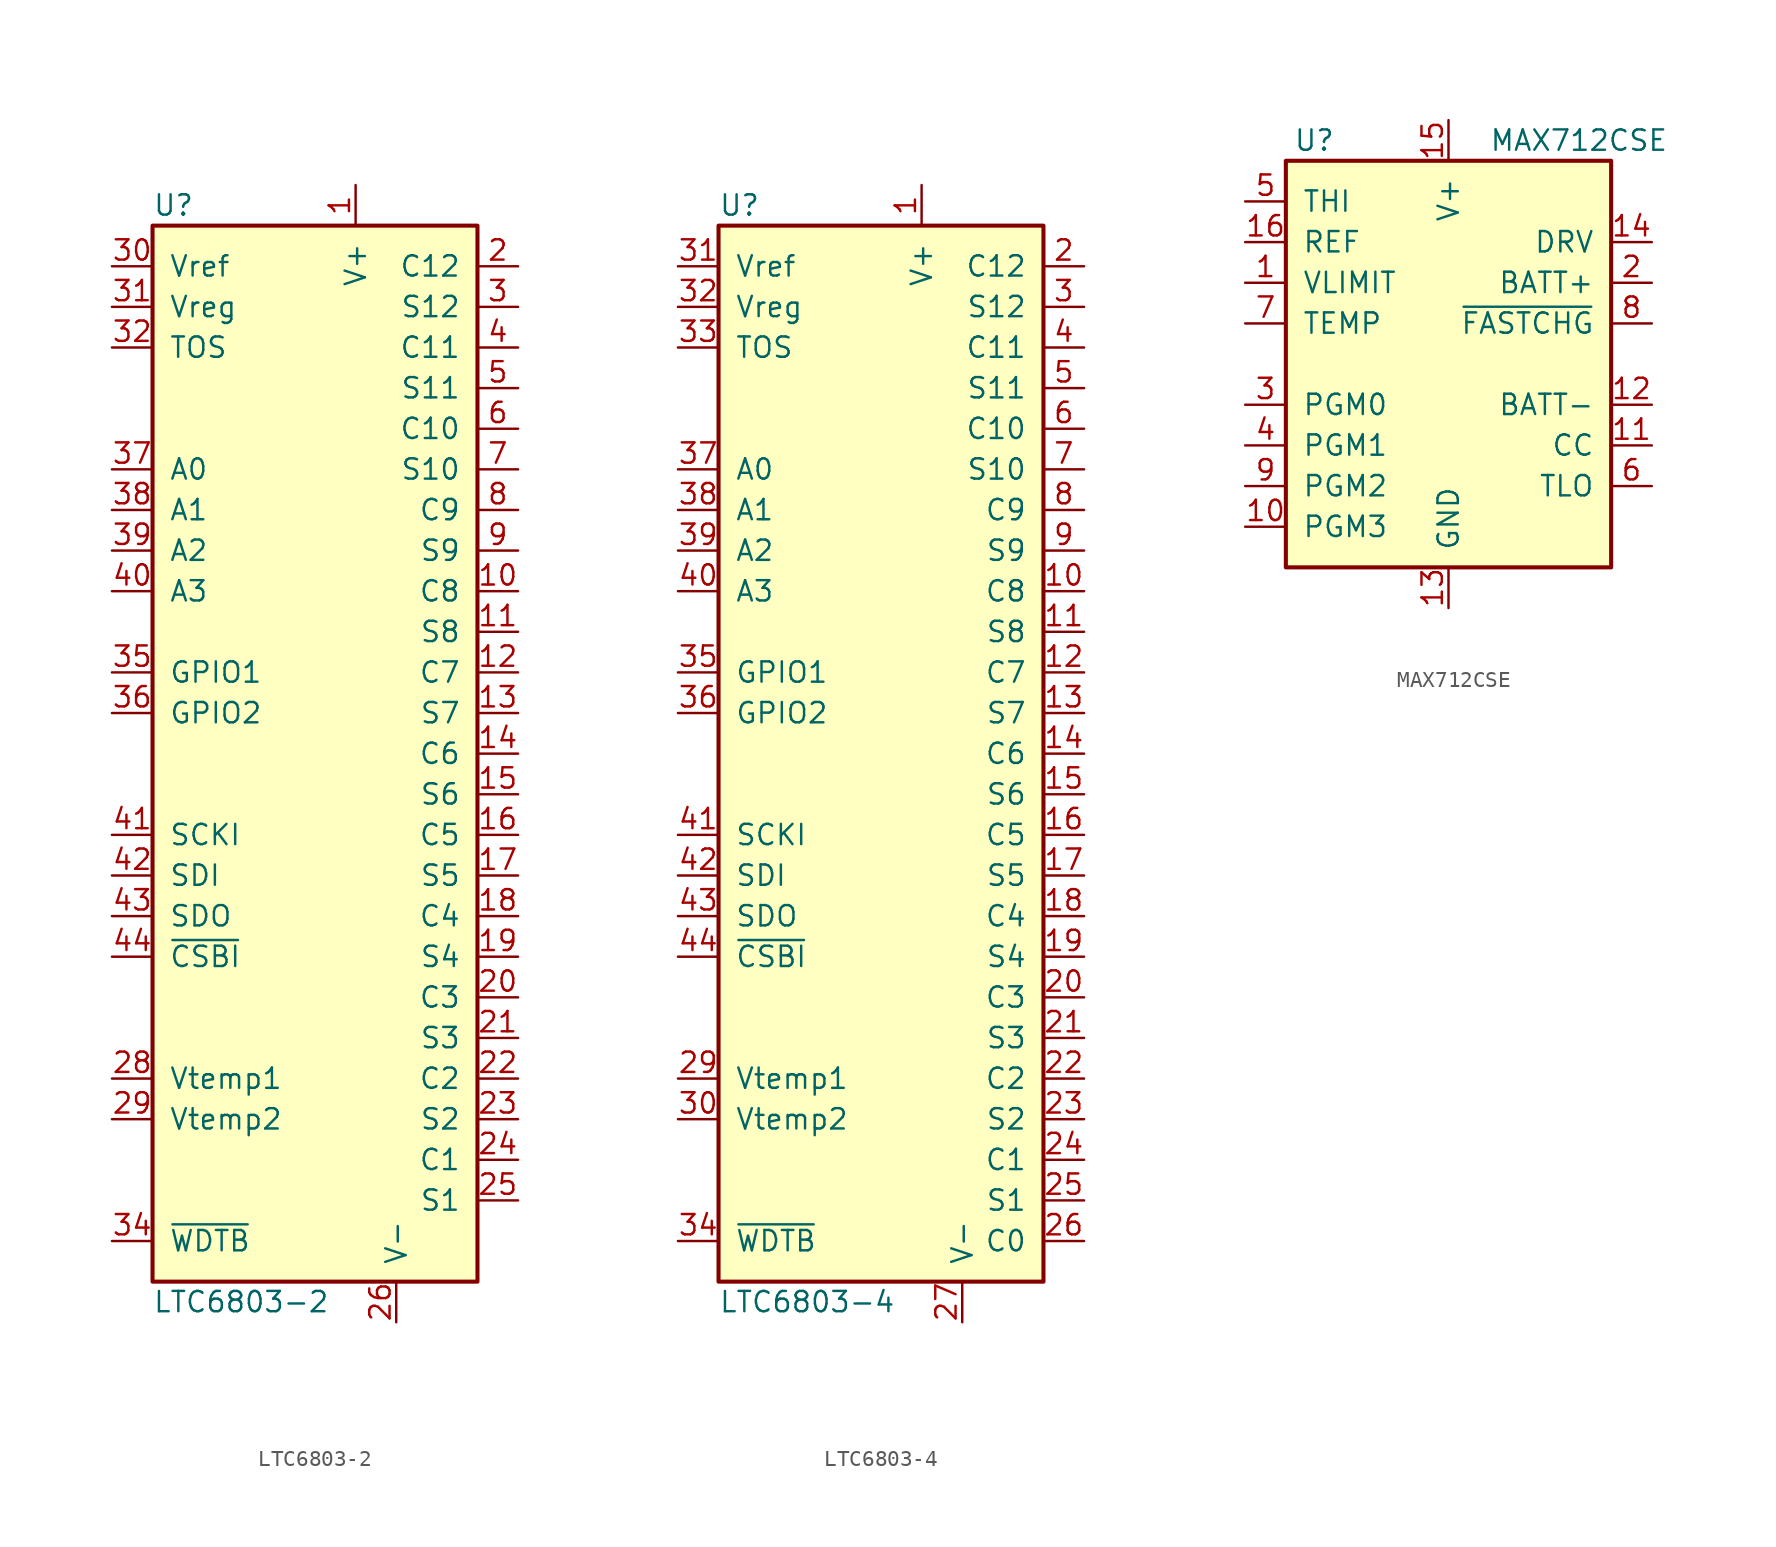
<source format=kicad_sym>
(kicad_symbol_lib
  (version 20220914)
  (generator kicad_symbol_editor)
  (symbol "LTC6803-2"
    (pin_names
      (offset 1.016))
    (property "Reference" "U"
      (at -10.16 34.29 0)
      (effects (font (size 1.27 1.27)) (justify left)))
    (property "Value" "LTC6803-2"
      (at -10.16 -34.29 0)
      (effects (font (size 1.27 1.27)) (justify left)))
    (symbol "LTC6803-2_0_1"
      (rectangle (start 10.16 -33.02) (end -10.16 33.02) (stroke (width 0.254) (type default)) (fill (type background))))
    (symbol "LTC6803-2_1_1"
      (pin input line (at 2.54 35.56 270) (length 2.54) (name "V+" (effects (font (size 1.27 1.27)))) (number "1" (effects (font (size 1.27 1.27)))))
      (pin input line (at 12.7 10.16 180) (length 2.54) (name "C8" (effects (font (size 1.27 1.27)))) (number "10" (effects (font (size 1.27 1.27)))))
      (pin input line (at 12.7 7.62 180) (length 2.54) (name "S8" (effects (font (size 1.27 1.27)))) (number "11" (effects (font (size 1.27 1.27)))))
      (pin input line (at 12.7 5.08 180) (length 2.54) (name "C7" (effects (font (size 1.27 1.27)))) (number "12" (effects (font (size 1.27 1.27)))))
      (pin input line (at 12.7 2.54 180) (length 2.54) (name "S7" (effects (font (size 1.27 1.27)))) (number "13" (effects (font (size 1.27 1.27)))))
      (pin input line (at 12.7 0 180) (length 2.54) (name "C6" (effects (font (size 1.27 1.27)))) (number "14" (effects (font (size 1.27 1.27)))))
      (pin input line (at 12.7 -2.54 180) (length 2.54) (name "S6" (effects (font (size 1.27 1.27)))) (number "15" (effects (font (size 1.27 1.27)))))
      (pin input line (at 12.7 -5.08 180) (length 2.54) (name "C5" (effects (font (size 1.27 1.27)))) (number "16" (effects (font (size 1.27 1.27)))))
      (pin input line (at 12.7 -7.62 180) (length 2.54) (name "S5" (effects (font (size 1.27 1.27)))) (number "17" (effects (font (size 1.27 1.27)))))
      (pin input line (at 12.7 -10.16 180) (length 2.54) (name "C4" (effects (font (size 1.27 1.27)))) (number "18" (effects (font (size 1.27 1.27)))))
      (pin input line (at 12.7 -12.7 180) (length 2.54) (name "S4" (effects (font (size 1.27 1.27)))) (number "19" (effects (font (size 1.27 1.27)))))
      (pin input line (at 12.7 30.48 180) (length 2.54) (name "C12" (effects (font (size 1.27 1.27)))) (number "2" (effects (font (size 1.27 1.27)))))
      (pin input line (at 12.7 -15.24 180) (length 2.54) (name "C3" (effects (font (size 1.27 1.27)))) (number "20" (effects (font (size 1.27 1.27)))))
      (pin input line (at 12.7 -17.78 180) (length 2.54) (name "S3" (effects (font (size 1.27 1.27)))) (number "21" (effects (font (size 1.27 1.27)))))
      (pin input line (at 12.7 -20.32 180) (length 2.54) (name "C2" (effects (font (size 1.27 1.27)))) (number "22" (effects (font (size 1.27 1.27)))))
      (pin input line (at 12.7 -22.86 180) (length 2.54) (name "S2" (effects (font (size 1.27 1.27)))) (number "23" (effects (font (size 1.27 1.27)))))
      (pin input line (at 12.7 -25.4 180) (length 2.54) (name "C1" (effects (font (size 1.27 1.27)))) (number "24" (effects (font (size 1.27 1.27)))))
      (pin input line (at 12.7 -27.94 180) (length 2.54) (name "S1" (effects (font (size 1.27 1.27)))) (number "25" (effects (font (size 1.27 1.27)))))
      (pin input line (at 5.08 -35.56 90) (length 2.54) (name "V-" (effects (font (size 1.27 1.27)))) (number "26" (effects (font (size 1.27 1.27)))))
      (pin no_connect line (at 0 35.56 270) (length 2.54) hide (name "NC" (effects (font (size 1.27 1.27)))) (number "27" (effects (font (size 1.27 1.27)))))
      (pin input line (at -12.7 -20.32 0) (length 2.54) (name "Vtemp1" (effects (font (size 1.27 1.27)))) (number "28" (effects (font (size 1.27 1.27)))))
      (pin input line (at -12.7 -22.86 0) (length 2.54) (name "Vtemp2" (effects (font (size 1.27 1.27)))) (number "29" (effects (font (size 1.27 1.27)))))
      (pin input line (at 12.7 27.94 180) (length 2.54) (name "S12" (effects (font (size 1.27 1.27)))) (number "3" (effects (font (size 1.27 1.27)))))
      (pin input line (at -12.7 30.48 0) (length 2.54) (name "Vref" (effects (font (size 1.27 1.27)))) (number "30" (effects (font (size 1.27 1.27)))))
      (pin input line (at -12.7 27.94 0) (length 2.54) (name "Vreg" (effects (font (size 1.27 1.27)))) (number "31" (effects (font (size 1.27 1.27)))))
      (pin input line (at -12.7 25.4 0) (length 2.54) (name "TOS" (effects (font (size 1.27 1.27)))) (number "32" (effects (font (size 1.27 1.27)))))
      (pin no_connect line (at -2.54 35.56 270) (length 2.54) hide (name "NC" (effects (font (size 1.27 1.27)))) (number "33" (effects (font (size 1.27 1.27)))))
      (pin open_collector line (at -12.7 -30.48 0) (length 2.54) (name "~{WDTB}" (effects (font (size 1.27 1.27)))) (number "34" (effects (font (size 1.27 1.27)))))
      (pin input line (at -12.7 5.08 0) (length 2.54) (name "GPIO1" (effects (font (size 1.27 1.27)))) (number "35" (effects (font (size 1.27 1.27)))))
      (pin input line (at -12.7 2.54 0) (length 2.54) (name "GPIO2" (effects (font (size 1.27 1.27)))) (number "36" (effects (font (size 1.27 1.27)))))
      (pin input line (at -12.7 17.78 0) (length 2.54) (name "A0" (effects (font (size 1.27 1.27)))) (number "37" (effects (font (size 1.27 1.27)))))
      (pin input line (at -12.7 15.24 0) (length 2.54) (name "A1" (effects (font (size 1.27 1.27)))) (number "38" (effects (font (size 1.27 1.27)))))
      (pin input line (at -12.7 12.7 0) (length 2.54) (name "A2" (effects (font (size 1.27 1.27)))) (number "39" (effects (font (size 1.27 1.27)))))
      (pin input line (at 12.7 25.4 180) (length 2.54) (name "C11" (effects (font (size 1.27 1.27)))) (number "4" (effects (font (size 1.27 1.27)))))
      (pin input line (at -12.7 10.16 0) (length 2.54) (name "A3" (effects (font (size 1.27 1.27)))) (number "40" (effects (font (size 1.27 1.27)))))
      (pin input line (at -12.7 -5.08 0) (length 2.54) (name "SCKI" (effects (font (size 1.27 1.27)))) (number "41" (effects (font (size 1.27 1.27)))))
      (pin input line (at -12.7 -7.62 0) (length 2.54) (name "SDI" (effects (font (size 1.27 1.27)))) (number "42" (effects (font (size 1.27 1.27)))))
      (pin open_collector line (at -12.7 -10.16 0) (length 2.54) (name "SDO" (effects (font (size 1.27 1.27)))) (number "43" (effects (font (size 1.27 1.27)))))
      (pin input line (at -12.7 -12.7 0) (length 2.54) (name "~{CSBI}" (effects (font (size 1.27 1.27)))) (number "44" (effects (font (size 1.27 1.27)))))
      (pin input line (at 12.7 22.86 180) (length 2.54) (name "S11" (effects (font (size 1.27 1.27)))) (number "5" (effects (font (size 1.27 1.27)))))
      (pin input line (at 12.7 20.32 180) (length 2.54) (name "C10" (effects (font (size 1.27 1.27)))) (number "6" (effects (font (size 1.27 1.27)))))
      (pin input line (at 12.7 17.78 180) (length 2.54) (name "S10" (effects (font (size 1.27 1.27)))) (number "7" (effects (font (size 1.27 1.27)))))
      (pin input line (at 12.7 15.24 180) (length 2.54) (name "C9" (effects (font (size 1.27 1.27)))) (number "8" (effects (font (size 1.27 1.27)))))
      (pin input line (at 12.7 12.7 180) (length 2.54) (name "S9" (effects (font (size 1.27 1.27)))) (number "9" (effects (font (size 1.27 1.27)))))))
  (symbol "LTC6803-4"
    (pin_names
      (offset 1.016))
    (property "Reference" "U"
      (at -10.16 34.29 0)
      (effects (font (size 1.27 1.27)) (justify left)))
    (property "Value" "LTC6803-4"
      (at -10.16 -34.29 0)
      (effects (font (size 1.27 1.27)) (justify left)))
    (symbol "LTC6803-4_0_1"
      (rectangle (start 10.16 -33.02) (end -10.16 33.02) (stroke (width 0.254) (type default)) (fill (type background))))
    (symbol "LTC6803-4_1_1"
      (pin input line (at 2.54 35.56 270) (length 2.54) (name "V+" (effects (font (size 1.27 1.27)))) (number "1" (effects (font (size 1.27 1.27)))))
      (pin input line (at 12.7 10.16 180) (length 2.54) (name "C8" (effects (font (size 1.27 1.27)))) (number "10" (effects (font (size 1.27 1.27)))))
      (pin input line (at 12.7 7.62 180) (length 2.54) (name "S8" (effects (font (size 1.27 1.27)))) (number "11" (effects (font (size 1.27 1.27)))))
      (pin input line (at 12.7 5.08 180) (length 2.54) (name "C7" (effects (font (size 1.27 1.27)))) (number "12" (effects (font (size 1.27 1.27)))))
      (pin input line (at 12.7 2.54 180) (length 2.54) (name "S7" (effects (font (size 1.27 1.27)))) (number "13" (effects (font (size 1.27 1.27)))))
      (pin input line (at 12.7 0 180) (length 2.54) (name "C6" (effects (font (size 1.27 1.27)))) (number "14" (effects (font (size 1.27 1.27)))))
      (pin input line (at 12.7 -2.54 180) (length 2.54) (name "S6" (effects (font (size 1.27 1.27)))) (number "15" (effects (font (size 1.27 1.27)))))
      (pin input line (at 12.7 -5.08 180) (length 2.54) (name "C5" (effects (font (size 1.27 1.27)))) (number "16" (effects (font (size 1.27 1.27)))))
      (pin input line (at 12.7 -7.62 180) (length 2.54) (name "S5" (effects (font (size 1.27 1.27)))) (number "17" (effects (font (size 1.27 1.27)))))
      (pin input line (at 12.7 -10.16 180) (length 2.54) (name "C4" (effects (font (size 1.27 1.27)))) (number "18" (effects (font (size 1.27 1.27)))))
      (pin input line (at 12.7 -12.7 180) (length 2.54) (name "S4" (effects (font (size 1.27 1.27)))) (number "19" (effects (font (size 1.27 1.27)))))
      (pin input line (at 12.7 30.48 180) (length 2.54) (name "C12" (effects (font (size 1.27 1.27)))) (number "2" (effects (font (size 1.27 1.27)))))
      (pin input line (at 12.7 -15.24 180) (length 2.54) (name "C3" (effects (font (size 1.27 1.27)))) (number "20" (effects (font (size 1.27 1.27)))))
      (pin input line (at 12.7 -17.78 180) (length 2.54) (name "S3" (effects (font (size 1.27 1.27)))) (number "21" (effects (font (size 1.27 1.27)))))
      (pin input line (at 12.7 -20.32 180) (length 2.54) (name "C2" (effects (font (size 1.27 1.27)))) (number "22" (effects (font (size 1.27 1.27)))))
      (pin input line (at 12.7 -22.86 180) (length 2.54) (name "S2" (effects (font (size 1.27 1.27)))) (number "23" (effects (font (size 1.27 1.27)))))
      (pin input line (at 12.7 -25.4 180) (length 2.54) (name "C1" (effects (font (size 1.27 1.27)))) (number "24" (effects (font (size 1.27 1.27)))))
      (pin input line (at 12.7 -27.94 180) (length 2.54) (name "S1" (effects (font (size 1.27 1.27)))) (number "25" (effects (font (size 1.27 1.27)))))
      (pin input line (at 12.7 -30.48 180) (length 2.54) (name "C0" (effects (font (size 1.27 1.27)))) (number "26" (effects (font (size 1.27 1.27)))))
      (pin input line (at 5.08 -35.56 90) (length 2.54) (name "V-" (effects (font (size 1.27 1.27)))) (number "27" (effects (font (size 1.27 1.27)))))
      (pin no_connect line (at 0 35.56 270) (length 2.54) hide (name "NC" (effects (font (size 1.27 1.27)))) (number "28" (effects (font (size 1.27 1.27)))))
      (pin input line (at -12.7 -20.32 0) (length 2.54) (name "Vtemp1" (effects (font (size 1.27 1.27)))) (number "29" (effects (font (size 1.27 1.27)))))
      (pin input line (at 12.7 27.94 180) (length 2.54) (name "S12" (effects (font (size 1.27 1.27)))) (number "3" (effects (font (size 1.27 1.27)))))
      (pin input line (at -12.7 -22.86 0) (length 2.54) (name "Vtemp2" (effects (font (size 1.27 1.27)))) (number "30" (effects (font (size 1.27 1.27)))))
      (pin input line (at -12.7 30.48 0) (length 2.54) (name "Vref" (effects (font (size 1.27 1.27)))) (number "31" (effects (font (size 1.27 1.27)))))
      (pin input line (at -12.7 27.94 0) (length 2.54) (name "Vreg" (effects (font (size 1.27 1.27)))) (number "32" (effects (font (size 1.27 1.27)))))
      (pin input line (at -12.7 25.4 0) (length 2.54) (name "TOS" (effects (font (size 1.27 1.27)))) (number "33" (effects (font (size 1.27 1.27)))))
      (pin open_collector line (at -12.7 -30.48 0) (length 2.54) (name "~{WDTB}" (effects (font (size 1.27 1.27)))) (number "34" (effects (font (size 1.27 1.27)))))
      (pin input line (at -12.7 5.08 0) (length 2.54) (name "GPIO1" (effects (font (size 1.27 1.27)))) (number "35" (effects (font (size 1.27 1.27)))))
      (pin input line (at -12.7 2.54 0) (length 2.54) (name "GPIO2" (effects (font (size 1.27 1.27)))) (number "36" (effects (font (size 1.27 1.27)))))
      (pin input line (at -12.7 17.78 0) (length 2.54) (name "A0" (effects (font (size 1.27 1.27)))) (number "37" (effects (font (size 1.27 1.27)))))
      (pin input line (at -12.7 15.24 0) (length 2.54) (name "A1" (effects (font (size 1.27 1.27)))) (number "38" (effects (font (size 1.27 1.27)))))
      (pin input line (at -12.7 12.7 0) (length 2.54) (name "A2" (effects (font (size 1.27 1.27)))) (number "39" (effects (font (size 1.27 1.27)))))
      (pin input line (at 12.7 25.4 180) (length 2.54) (name "C11" (effects (font (size 1.27 1.27)))) (number "4" (effects (font (size 1.27 1.27)))))
      (pin input line (at -12.7 10.16 0) (length 2.54) (name "A3" (effects (font (size 1.27 1.27)))) (number "40" (effects (font (size 1.27 1.27)))))
      (pin input line (at -12.7 -5.08 0) (length 2.54) (name "SCKI" (effects (font (size 1.27 1.27)))) (number "41" (effects (font (size 1.27 1.27)))))
      (pin input line (at -12.7 -7.62 0) (length 2.54) (name "SDI" (effects (font (size 1.27 1.27)))) (number "42" (effects (font (size 1.27 1.27)))))
      (pin open_collector line (at -12.7 -10.16 0) (length 2.54) (name "SDO" (effects (font (size 1.27 1.27)))) (number "43" (effects (font (size 1.27 1.27)))))
      (pin input line (at -12.7 -12.7 0) (length 2.54) (name "~{CSBI}" (effects (font (size 1.27 1.27)))) (number "44" (effects (font (size 1.27 1.27)))))
      (pin input line (at 12.7 22.86 180) (length 2.54) (name "S11" (effects (font (size 1.27 1.27)))) (number "5" (effects (font (size 1.27 1.27)))))
      (pin input line (at 12.7 20.32 180) (length 2.54) (name "C10" (effects (font (size 1.27 1.27)))) (number "6" (effects (font (size 1.27 1.27)))))
      (pin input line (at 12.7 17.78 180) (length 2.54) (name "S10" (effects (font (size 1.27 1.27)))) (number "7" (effects (font (size 1.27 1.27)))))
      (pin input line (at 12.7 15.24 180) (length 2.54) (name "C9" (effects (font (size 1.27 1.27)))) (number "8" (effects (font (size 1.27 1.27)))))
      (pin input line (at 12.7 12.7 180) (length 2.54) (name "S9" (effects (font (size 1.27 1.27)))) (number "9" (effects (font (size 1.27 1.27)))))))
  (symbol "MAX712CSE"
    (pin_names
      (offset 1.016))
    (property "Reference" "U"
      (at -8.382 13.97 0)
      (effects (font (size 1.27 1.27))))
    (property "Value" "MAX712CSE"
      (at 2.54 13.97 0)
      (effects (font (size 1.27 1.27)) (justify left)))
    (symbol "MAX712CSE_0_1"
      (rectangle (start -10.16 12.7) (end 10.16 -12.7) (stroke (width 0.254) (type default)) (fill (type background))))
    (symbol "MAX712CSE_1_1"
      (pin input line (at -12.7 5.08 0) (length 2.54) (name "VLIMIT" (effects (font (size 1.27 1.27)))) (number "1" (effects (font (size 1.27 1.27)))))
      (pin input line (at -12.7 -10.16 0) (length 2.54) (name "PGM3" (effects (font (size 1.27 1.27)))) (number "10" (effects (font (size 1.27 1.27)))))
      (pin input line (at 12.7 -5.08 180) (length 2.54) (name "CC" (effects (font (size 1.27 1.27)))) (number "11" (effects (font (size 1.27 1.27)))))
      (pin input line (at 12.7 -2.54 180) (length 2.54) (name "BATT-" (effects (font (size 1.27 1.27)))) (number "12" (effects (font (size 1.27 1.27)))))
      (pin power_in line (at 0 -15.24 90) (length 2.54) (name "GND" (effects (font (size 1.27 1.27)))) (number "13" (effects (font (size 1.27 1.27)))))
      (pin output line (at 12.7 7.62 180) (length 2.54) (name "DRV" (effects (font (size 1.27 1.27)))) (number "14" (effects (font (size 1.27 1.27)))))
      (pin power_in line (at 0 15.24 270) (length 2.54) (name "V+" (effects (font (size 1.27 1.27)))) (number "15" (effects (font (size 1.27 1.27)))))
      (pin power_in line (at -12.7 7.62 0) (length 2.54) (name "REF" (effects (font (size 1.27 1.27)))) (number "16" (effects (font (size 1.27 1.27)))))
      (pin power_out line (at 12.7 5.08 180) (length 2.54) (name "BATT+" (effects (font (size 1.27 1.27)))) (number "2" (effects (font (size 1.27 1.27)))))
      (pin power_out line (at -12.7 -2.54 0) (length 2.54) (name "PGM0" (effects (font (size 1.27 1.27)))) (number "3" (effects (font (size 1.27 1.27)))))
      (pin power_out line (at -12.7 -5.08 0) (length 2.54) (name "PGM1" (effects (font (size 1.27 1.27)))) (number "4" (effects (font (size 1.27 1.27)))))
      (pin input line (at -12.7 10.16 0) (length 2.54) (name "THI" (effects (font (size 1.27 1.27)))) (number "5" (effects (font (size 1.27 1.27)))))
      (pin input line (at 12.7 -7.62 180) (length 2.54) (name "TLO" (effects (font (size 1.27 1.27)))) (number "6" (effects (font (size 1.27 1.27)))))
      (pin input line (at -12.7 2.54 0) (length 2.54) (name "TEMP" (effects (font (size 1.27 1.27)))) (number "7" (effects (font (size 1.27 1.27)))))
      (pin open_collector line (at 12.7 2.54 180) (length 2.54) (name "~{FASTCHG}" (effects (font (size 1.27 1.27)))) (number "8" (effects (font (size 1.27 1.27)))))
      (pin input line (at -12.7 -7.62 0) (length 2.54) (name "PGM2" (effects (font (size 1.27 1.27)))) (number "9" (effects (font (size 1.27 1.27))))))))
</source>
